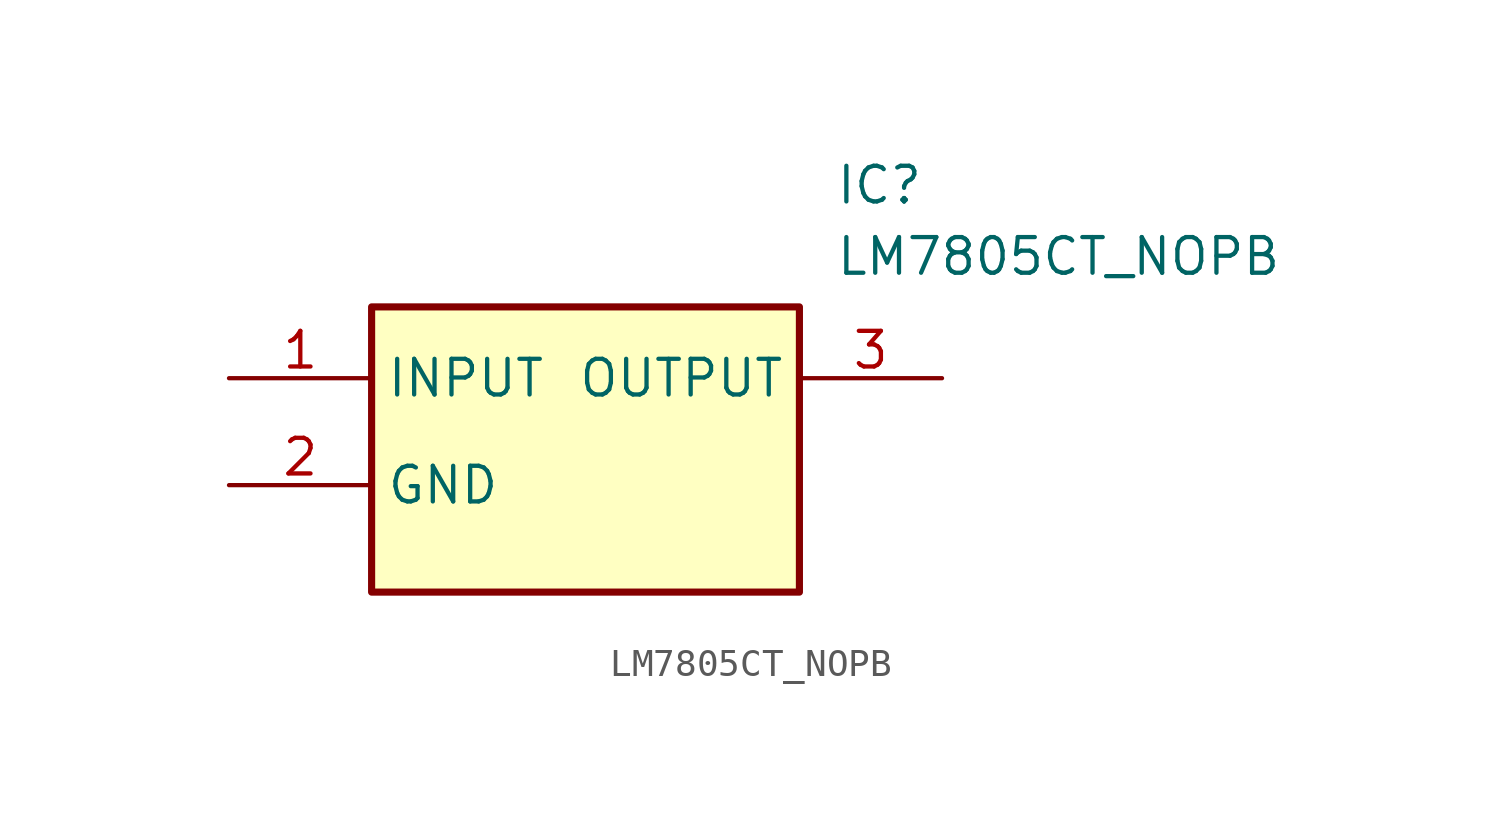
<source format=kicad_sym>
(kicad_symbol_lib
  (version 20220914)
  (generator kicad_symbol_editor)
  (symbol "LM7805CT_NOPB"
    (property "Reference" "IC"
      (at 21.59 7.62 0)
      (effects (font (size 1.27 1.27)) (justify left top)))
    (property "Value" "LM7805CT_NOPB"
      (at 21.59 5.08 0)
      (effects (font (size 1.27 1.27)) (justify left top)))
    (symbol "LM7805CT_NOPB_1_1"
      (rectangle (start 5.08 2.54) (end 20.32 -7.62) (stroke (width 0.254) (type default)) (fill (type background)))
      (pin passive line (at 0 0 0) (length 5.08) (name "INPUT" (effects (font (size 1.27 1.27)))) (number "1" (effects (font (size 1.27 1.27)))))
      (pin passive line (at 0 -3.81 0) (length 5.08) (name "GND" (effects (font (size 1.27 1.27)))) (number "2" (effects (font (size 1.27 1.27)))))
      (pin passive line (at 25.4 0 180) (length 5.08) (name "OUTPUT" (effects (font (size 1.27 1.27)))) (number "3" (effects (font (size 1.27 1.27))))))))
</source>
